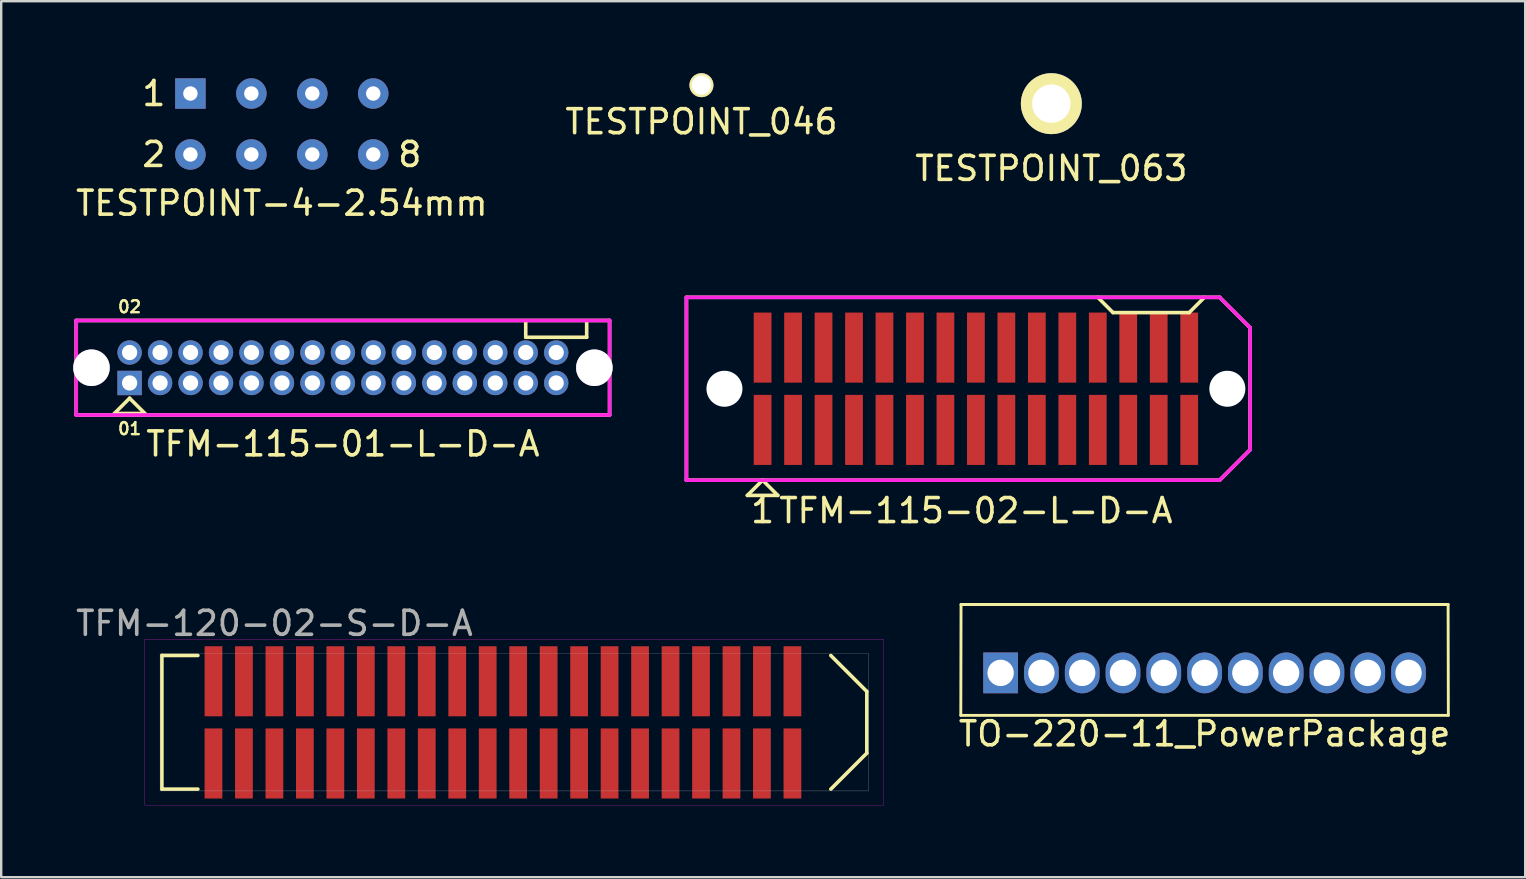
<source format=kicad_pcb>
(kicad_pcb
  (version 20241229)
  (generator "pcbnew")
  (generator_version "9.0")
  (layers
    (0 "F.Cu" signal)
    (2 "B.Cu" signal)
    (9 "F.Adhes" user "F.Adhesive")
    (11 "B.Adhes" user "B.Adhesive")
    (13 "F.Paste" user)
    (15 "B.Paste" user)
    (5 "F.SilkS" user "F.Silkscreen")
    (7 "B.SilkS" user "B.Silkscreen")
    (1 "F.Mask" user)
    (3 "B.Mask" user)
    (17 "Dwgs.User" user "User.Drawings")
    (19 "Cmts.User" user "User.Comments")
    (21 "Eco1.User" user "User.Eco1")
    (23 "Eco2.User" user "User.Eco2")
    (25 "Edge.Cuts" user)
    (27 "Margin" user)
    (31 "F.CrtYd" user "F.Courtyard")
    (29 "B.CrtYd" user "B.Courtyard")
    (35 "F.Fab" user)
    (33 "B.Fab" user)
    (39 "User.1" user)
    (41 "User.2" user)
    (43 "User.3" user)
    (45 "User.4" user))
  (footprint "TESTPOINT_046"
    (layer "F.Cu")
    (at 26.185 0.5)
    (property "Reference" "TESTPOINT_046" (at 0 1.524 0) (layer "F.SilkS") (effects (font (size 1 1) (thickness 0.15))))
    (attr through_hole)
    (pad "1" thru_hole circle (at 0 0) (size 1 1) (drill 0.8) (layers "*.Cu" "*.Mask" "F.SilkS")))
  (footprint "TESTPOINT-4-2.54mm"
    (layer "F.Cu")
    (at 8.696 2.118)
    (property "Reference" "TESTPOINT-4-2.54mm" (at 0 3.302 0) (layer "F.SilkS") (effects (font (size 1 1) (thickness 0.15))))
    (attr through_hole)
    (fp_text user "8" (at 5.334 1.27 0) (layer "F.SilkS") (effects (font (size 1 1) (thickness 0.15))))
    (fp_text user "1" (at -5.334 -1.27 0) (layer "F.SilkS") (effects (font (size 1 1) (thickness 0.15))))
    (fp_text user "2" (at -5.334 1.27 0) (layer "F.SilkS") (effects (font (size 1 1) (thickness 0.15))))
    (pad "1" thru_hole rect (at -3.81 -1.27) (size 1.27 1.27) (drill 0.6) (layers "*.Cu" "*.Mask"))
    (pad "2" thru_hole circle (at -3.81 1.27) (size 1.27 1.27) (drill 0.6) (layers "*.Cu" "*.Mask"))
    (pad "3" thru_hole circle (at -1.27 -1.27) (size 1.27 1.27) (drill 0.6) (layers "*.Cu" "*.Mask"))
    (pad "4" thru_hole circle (at -1.27 1.27) (size 1.27 1.27) (drill 0.6) (layers "*.Cu" "*.Mask"))
    (pad "5" thru_hole circle (at 1.27 -1.27) (size 1.27 1.27) (drill 0.6) (layers "*.Cu" "*.Mask"))
    (pad "6" thru_hole circle (at 1.27 1.27) (size 1.27 1.27) (drill 0.6) (layers "*.Cu" "*.Mask"))
    (pad "7" thru_hole circle (at 3.81 -1.27) (size 1.27 1.27) (drill 0.6) (layers "*.Cu" "*.Mask"))
    (pad "8" thru_hole circle (at 3.81 1.27) (size 1.27 1.27) (drill 0.6) (layers "*.Cu" "*.Mask")))
  (footprint "TFM-120-02-S-D-A"
    (layer "F.Cu")
    (at 8.387 27.055)
    (property "Reference" "TFM-120-02-S-D-A" (at 0 -4.125 0) (layer "F.Fab") (effects (font (size 1 1) (thickness 0.15))))
    (attr through_hole)
    (fp_line (start -4.69 -2.785) (end -4.69 2.785) (stroke (width 0.15) (type solid)) (layer "F.SilkS"))
    (fp_line (start -4.69 2.785) (end -3.19 2.785) (stroke (width 0.15) (type solid)) (layer "F.SilkS"))
    (fp_line (start -3.19 -2.785) (end -4.69 -2.785) (stroke (width 0.15) (type solid)) (layer "F.SilkS"))
    (fp_line (start 23.19 2.785) (end 24.69 1.285) (stroke (width 0.15) (type solid)) (layer "F.SilkS"))
    (fp_line (start 24.69 -1.285) (end 23.19 -2.785) (stroke (width 0.15) (type solid)) (layer "F.SilkS"))
    (fp_line (start 24.69 1.285) (end 24.69 -1.285) (stroke (width 0.15) (type solid)) (layer "F.SilkS"))
    (fp_line (start -5.4 -3.45) (end 25.4 -3.45) (stroke (width 0.01) (type solid)) (layer "F.CrtYd"))
    (fp_line (start -5.4 3.45) (end -5.4 -3.45) (stroke (width 0.01) (type solid)) (layer "F.CrtYd"))
    (fp_line (start 25.4 -3.45) (end 25.4 3.45) (stroke (width 0.01) (type solid)) (layer "F.CrtYd"))
    (fp_line (start 25.4 3.45) (end -5.4 3.45) (stroke (width 0.01) (type solid)) (layer "F.CrtYd"))
    (fp_line (start -4.765 -2.86) (end 24.765 -2.86) (stroke (width 0.01) (type solid)) (layer "F.Fab"))
    (fp_line (start -4.765 2.86) (end -4.765 -2.86) (stroke (width 0.01) (type solid)) (layer "F.Fab"))
    (fp_line (start 24.765 -2.86) (end 24.765 2.86) (stroke (width 0.01) (type solid)) (layer "F.Fab"))
    (fp_line (start 24.765 2.86) (end -4.765 2.86) (stroke (width 0.01) (type solid)) (layer "F.Fab"))
    (pad "1" smd rect (at -2.54 1.715) (size 0.74 2.92) (layers "F.Cu" "F.Mask" "F.Paste"))
    (pad "2" smd rect (at -2.54 -1.71) (size 0.74 2.92) (layers "F.Cu" "F.Mask" "F.Paste"))
    (pad "3" smd rect (at -1.27 1.715) (size 0.74 2.92) (layers "F.Cu" "F.Mask" "F.Paste"))
    (pad "4" smd rect (at -1.27 -1.71) (size 0.74 2.92) (layers "F.Cu" "F.Mask" "F.Paste"))
    (pad "5" smd rect (at 0 1.715) (size 0.74 2.92) (layers "F.Cu" "F.Mask" "F.Paste"))
    (pad "6" smd rect (at 0 -1.71) (size 0.74 2.92) (layers "F.Cu" "F.Mask" "F.Paste"))
    (pad "7" smd rect (at 1.27 1.715) (size 0.74 2.92) (layers "F.Cu" "F.Mask" "F.Paste"))
    (pad "8" smd rect (at 1.27 -1.71) (size 0.74 2.92) (layers "F.Cu" "F.Mask" "F.Paste"))
    (pad "9" smd rect (at 2.54 1.715) (size 0.74 2.92) (layers "F.Cu" "F.Mask" "F.Paste"))
    (pad "10" smd rect (at 2.54 -1.71) (size 0.74 2.92) (layers "F.Cu" "F.Mask" "F.Paste"))
    (pad "11" smd rect (at 3.81 1.715) (size 0.74 2.92) (layers "F.Cu" "F.Mask" "F.Paste"))
    (pad "12" smd rect (at 3.81 -1.71) (size 0.74 2.92) (layers "F.Cu" "F.Mask" "F.Paste"))
    (pad "13" smd rect (at 5.08 1.715) (size 0.74 2.92) (layers "F.Cu" "F.Mask" "F.Paste"))
    (pad "14" smd rect (at 5.08 -1.71) (size 0.74 2.92) (layers "F.Cu" "F.Mask" "F.Paste"))
    (pad "15" smd rect (at 6.35 1.715) (size 0.74 2.92) (layers "F.Cu" "F.Mask" "F.Paste"))
    (pad "16" smd rect (at 6.35 -1.71) (size 0.74 2.92) (layers "F.Cu" "F.Mask" "F.Paste"))
    (pad "17" smd rect (at 7.62 1.715) (size 0.74 2.92) (layers "F.Cu" "F.Mask" "F.Paste"))
    (pad "18" smd rect (at 7.62 -1.71) (size 0.74 2.92) (layers "F.Cu" "F.Mask" "F.Paste"))
    (pad "19" smd rect (at 8.89 1.715) (size 0.74 2.92) (layers "F.Cu" "F.Mask" "F.Paste"))
    (pad "20" smd rect (at 8.89 -1.71) (size 0.74 2.92) (layers "F.Cu" "F.Mask" "F.Paste"))
    (pad "21" smd rect (at 10.16 1.715) (size 0.74 2.92) (layers "F.Cu" "F.Mask" "F.Paste"))
    (pad "22" smd rect (at 10.16 -1.71) (size 0.74 2.92) (layers "F.Cu" "F.Mask" "F.Paste"))
    (pad "23" smd rect (at 11.43 1.715) (size 0.74 2.92) (layers "F.Cu" "F.Mask" "F.Paste"))
    (pad "24" smd rect (at 11.43 -1.71) (size 0.74 2.92) (layers "F.Cu" "F.Mask" "F.Paste"))
    (pad "25" smd rect (at 12.7 1.715) (size 0.74 2.92) (layers "F.Cu" "F.Mask" "F.Paste"))
    (pad "26" smd rect (at 12.7 -1.71) (size 0.74 2.92) (layers "F.Cu" "F.Mask" "F.Paste"))
    (pad "27" smd rect (at 13.97 1.715) (size 0.74 2.92) (layers "F.Cu" "F.Mask" "F.Paste"))
    (pad "28" smd rect (at 13.97 -1.71) (size 0.74 2.92) (layers "F.Cu" "F.Mask" "F.Paste"))
    (pad "29" smd rect (at 15.24 1.715) (size 0.74 2.92) (layers "F.Cu" "F.Mask" "F.Paste"))
    (pad "30" smd rect (at 15.24 -1.71) (size 0.74 2.92) (layers "F.Cu" "F.Mask" "F.Paste"))
    (pad "31" smd rect (at 16.51 1.715) (size 0.74 2.92) (layers "F.Cu" "F.Mask" "F.Paste"))
    (pad "32" smd rect (at 16.51 -1.71) (size 0.74 2.92) (layers "F.Cu" "F.Mask" "F.Paste"))
    (pad "33" smd rect (at 17.78 1.715) (size 0.74 2.92) (layers "F.Cu" "F.Mask" "F.Paste"))
    (pad "34" smd rect (at 17.78 -1.71) (size 0.74 2.92) (layers "F.Cu" "F.Mask" "F.Paste"))
    (pad "35" smd rect (at 19.05 1.715) (size 0.74 2.92) (layers "F.Cu" "F.Mask" "F.Paste"))
    (pad "36" smd rect (at 19.05 -1.71) (size 0.74 2.92) (layers "F.Cu" "F.Mask" "F.Paste"))
    (pad "37" smd rect (at 20.32 1.715) (size 0.74 2.92) (layers "F.Cu" "F.Mask" "F.Paste"))
    (pad "38" smd rect (at 20.32 -1.71) (size 0.74 2.92) (layers "F.Cu" "F.Mask" "F.Paste"))
    (pad "39" smd rect (at 21.59 1.715) (size 0.74 2.92) (layers "F.Cu" "F.Mask" "F.Paste"))
    (pad "40" smd rect (at 21.59 -1.71) (size 0.74 2.92) (layers "F.Cu" "F.Mask" "F.Paste")))
  (footprint "TO-220-11_PowerPackage"
    (layer "F.Cu")
    (at 47.155 24.995)
    (property "Reference" "TO-220-11_PowerPackage" (at 0 2.54 0) (layer "F.SilkS") (effects (font (size 1 1) (thickness 0.15))))
    (attr through_hole)
    (fp_line (start -10.16 1.77) (end -10.15 -2.85) (stroke (width 0.12) (type solid)) (layer "F.SilkS"))
    (fp_line (start -10.15 -2.85) (end 10.15 -2.85) (stroke (width 0.127) (type solid)) (layer "F.SilkS"))
    (fp_line (start 10.15 -2.85) (end 10.16 1.77) (stroke (width 0.12) (type solid)) (layer "F.SilkS"))
    (fp_line (start 10.16 1.77) (end -10.16 1.77) (stroke (width 0.12) (type solid)) (layer "F.SilkS"))
    (pad "1" thru_hole rect (at -8.5 0) (size 1.446 1.7) (drill 1.1) (layers "*.Cu" "*.Mask"))
    (pad "2" thru_hole oval (at -6.8 0) (size 1.446 1.7) (drill 1.1) (layers "*.Cu" "*.Mask"))
    (pad "3" thru_hole oval (at -5.1 0) (size 1.446 1.7) (drill 1.1) (layers "*.Cu" "*.Mask"))
    (pad "4" thru_hole oval (at -3.4 0) (size 1.446 1.7) (drill 1.1) (layers "*.Cu" "*.Mask"))
    (pad "5" thru_hole oval (at -1.7 0) (size 1.446 1.7) (drill 1.1) (layers "*.Cu" "*.Mask"))
    (pad "6" thru_hole oval (at 0 0) (size 1.446 1.7) (drill 1.1) (layers "*.Cu" "*.Mask"))
    (pad "7" thru_hole oval (at 1.7 0) (size 1.446 1.7) (drill 1.1) (layers "*.Cu" "*.Mask"))
    (pad "8" thru_hole oval (at 3.4 0) (size 1.446 1.7) (drill 1.1) (layers "*.Cu" "*.Mask"))
    (pad "9" thru_hole oval (at 5.1 0) (size 1.446 1.7) (drill 1.1) (layers "*.Cu" "*.Mask"))
    (pad "10" thru_hole oval (at 6.8 0) (size 1.446 1.7) (drill 1.1) (layers "*.Cu" "*.Mask"))
    (pad "11" thru_hole oval (at 8.5 0) (size 1.446 1.7) (drill 1.1) (layers "*.Cu" "*.Mask")))
  (footprint "TFM-115-01-L-D-A"
    (layer "F.Cu")
    (at 11.242 12.277)
    (property "Reference" "TFM-115-01-L-D-A" (at 0 3.175 0) (layer "F.SilkS") (effects (font (size 1 1) (thickness 0.15))))
    (attr through_hole)
    (fp_line (start -11.115 -1.97) (end -11.115 1.97) (stroke (width 0.15) (type solid)) (layer "F.SilkS"))
    (fp_line (start -11.115 1.97) (end 11.115 1.97) (stroke (width 0.15) (type solid)) (layer "F.SilkS"))
    (fp_line (start -9.525 1.905) (end -8.89 1.27) (stroke (width 0.15) (type solid)) (layer "F.SilkS"))
    (fp_line (start -8.89 1.27) (end -8.255 1.905) (stroke (width 0.15) (type solid)) (layer "F.SilkS"))
    (fp_line (start -8.255 1.905) (end -9.525 1.905) (stroke (width 0.15) (type solid)) (layer "F.SilkS"))
    (fp_line (start 7.62 -1.905) (end 7.62 -1.27) (stroke (width 0.15) (type solid)) (layer "F.SilkS"))
    (fp_line (start 7.62 -1.27) (end 10.16 -1.27) (stroke (width 0.15) (type solid)) (layer "F.SilkS"))
    (fp_line (start 10.16 -1.27) (end 10.16 -1.905) (stroke (width 0.15) (type solid)) (layer "F.SilkS"))
    (fp_line (start 11.115 -1.97) (end -11.115 -1.97) (stroke (width 0.15) (type solid)) (layer "F.SilkS"))
    (fp_line (start 11.115 1.97) (end 11.115 -1.97) (stroke (width 0.15) (type solid)) (layer "F.SilkS"))
    (fp_line (start -11.115 -1.97) (end -11.115 1.97) (stroke (width 0.15) (type solid)) (layer "F.CrtYd"))
    (fp_line (start -11.115 1.97) (end 11.115 1.97) (stroke (width 0.15) (type solid)) (layer "F.CrtYd"))
    (fp_line (start 11.115 -1.97) (end -11.115 -1.97) (stroke (width 0.15) (type solid)) (layer "F.CrtYd"))
    (fp_line (start 11.115 1.97) (end 11.115 -1.97) (stroke (width 0.15) (type solid)) (layer "F.CrtYd"))
    (fp_text user "02" (at -8.89 -2.54 0) (layer "F.SilkS") (effects (font (size 0.5 0.5) (thickness 0.1))))
    (fp_text user "01" (at -8.89 2.54 0) (layer "F.SilkS") (effects (font (size 0.5 0.5) (thickness 0.1))))
    (pad "" thru_hole circle (at -10.48 0 270) (size 1.524 1.524) (drill 1.524) (layers "*.Cu" "*.Mask"))
    (pad "" thru_hole circle (at 10.48 0 270) (size 1.524 1.524) (drill 1.524) (layers "*.Cu" "*.Mask"))
    (pad "1" thru_hole rect (at -8.89 0.635 270) (size 1.016 1.016) (drill 0.635) (layers "*.Cu" "*.Mask"))
    (pad "2" thru_hole circle (at -8.89 -0.635 270) (size 1.016 1.016) (drill 0.635) (layers "*.Cu" "*.Mask"))
    (pad "3" thru_hole circle (at -7.62 0.635 270) (size 1.016 1.016) (drill 0.635) (layers "*.Cu" "*.Mask"))
    (pad "4" thru_hole circle (at -7.62 -0.635 270) (size 1.016 1.016) (drill 0.635) (layers "*.Cu" "*.Mask"))
    (pad "5" thru_hole circle (at -6.35 0.635 270) (size 1.016 1.016) (drill 0.635) (layers "*.Cu" "*.Mask"))
    (pad "6" thru_hole circle (at -6.35 -0.635 270) (size 1.016 1.016) (drill 0.635) (layers "*.Cu" "*.Mask"))
    (pad "7" thru_hole circle (at -5.08 0.635 270) (size 1.016 1.016) (drill 0.635) (layers "*.Cu" "*.Mask"))
    (pad "8" thru_hole circle (at -5.08 -0.635 270) (size 1.016 1.016) (drill 0.635) (layers "*.Cu" "*.Mask"))
    (pad "9" thru_hole circle (at -3.81 0.635 270) (size 1.016 1.016) (drill 0.635) (layers "*.Cu" "*.Mask"))
    (pad "10" thru_hole circle (at -3.81 -0.635 270) (size 1.016 1.016) (drill 0.635) (layers "*.Cu" "*.Mask"))
    (pad "11" thru_hole circle (at -2.54 0.635 270) (size 1.016 1.016) (drill 0.635) (layers "*.Cu" "*.Mask"))
    (pad "12" thru_hole circle (at -2.54 -0.635 270) (size 1.016 1.016) (drill 0.635) (layers "*.Cu" "*.Mask"))
    (pad "13" thru_hole circle (at -1.27 0.635 270) (size 1.016 1.016) (drill 0.635) (layers "*.Cu" "*.Mask"))
    (pad "14" thru_hole circle (at -1.27 -0.635 270) (size 1.016 1.016) (drill 0.635) (layers "*.Cu" "*.Mask"))
    (pad "15" thru_hole circle (at 0 0.635 270) (size 1.016 1.016) (drill 0.635) (layers "*.Cu" "*.Mask"))
    (pad "16" thru_hole circle (at 0 -0.635 270) (size 1.016 1.016) (drill 0.635) (layers "*.Cu" "*.Mask"))
    (pad "17" thru_hole circle (at 1.27 0.635 270) (size 1.016 1.016) (drill 0.635) (layers "*.Cu" "*.Mask"))
    (pad "18" thru_hole circle (at 1.27 -0.635 270) (size 1.016 1.016) (drill 0.635) (layers "*.Cu" "*.Mask"))
    (pad "19" thru_hole circle (at 2.54 0.635 270) (size 1.016 1.016) (drill 0.635) (layers "*.Cu" "*.Mask"))
    (pad "20" thru_hole circle (at 2.54 -0.635 270) (size 1.016 1.016) (drill 0.635) (layers "*.Cu" "*.Mask"))
    (pad "21" thru_hole circle (at 3.81 0.635 270) (size 1.016 1.016) (drill 0.635) (layers "*.Cu" "*.Mask"))
    (pad "22" thru_hole circle (at 3.81 -0.635 270) (size 1.016 1.016) (drill 0.635) (layers "*.Cu" "*.Mask"))
    (pad "23" thru_hole circle (at 5.08 0.635 270) (size 1.016 1.016) (drill 0.635) (layers "*.Cu" "*.Mask"))
    (pad "24" thru_hole circle (at 5.08 -0.635 270) (size 1.016 1.016) (drill 0.635) (layers "*.Cu" "*.Mask"))
    (pad "25" thru_hole circle (at 6.35 0.635 270) (size 1.016 1.016) (drill 0.635) (layers "*.Cu" "*.Mask"))
    (pad "26" thru_hole circle (at 6.35 -0.635 270) (size 1.016 1.016) (drill 0.635) (layers "*.Cu" "*.Mask"))
    (pad "27" thru_hole circle (at 7.62 0.635 270) (size 1.016 1.016) (drill 0.635) (layers "*.Cu" "*.Mask"))
    (pad "28" thru_hole circle (at 7.62 -0.635 270) (size 1.016 1.016) (drill 0.635) (layers "*.Cu" "*.Mask"))
    (pad "29" thru_hole circle (at 8.89 0.635 270) (size 1.016 1.016) (drill 0.635) (layers "*.Cu" "*.Mask"))
    (pad "30" thru_hole circle (at 8.89 -0.635 270) (size 1.016 1.016) (drill 0.635) (layers "*.Cu" "*.Mask")))
  (footprint "TESTPOINT_063"
    (layer "F.Cu")
    (at 40.768 1.27)
    (property "Reference" "TESTPOINT_063" (at 0 2.7 0) (layer "F.SilkS") (effects (font (size 1 1) (thickness 0.15))))
    (attr through_hole)
    (pad "1" thru_hole circle (at 0 0) (size 2.54 2.54) (drill 1.6) (layers "*.Cu" "*.Mask" "F.SilkS")))
  (footprint "TFM-115-02-L-D-A"
    (layer "F.Cu")
    (at 37.624 13.153)
    (property "Reference" "TFM-115-02-L-D-A" (at 0 5.08 0) (layer "F.SilkS") (effects (font (size 1 1) (thickness 0.15))))
    (attr through_hole)
    (fp_line (start -12.065 -3.81) (end 10.16 -3.81) (stroke (width 0.15) (type solid)) (layer "F.SilkS"))
    (fp_line (start -12.065 3.81) (end -12.065 -3.81) (stroke (width 0.15) (type solid)) (layer "F.SilkS"))
    (fp_line (start -9.525 4.445) (end -8.89 3.81) (stroke (width 0.15) (type solid)) (layer "F.SilkS"))
    (fp_line (start -8.89 3.81) (end -8.255 4.445) (stroke (width 0.15) (type solid)) (layer "F.SilkS"))
    (fp_line (start -8.255 4.445) (end -9.525 4.445) (stroke (width 0.15) (type solid)) (layer "F.SilkS"))
    (fp_line (start 5.08 -3.81) (end 5.715 -3.175) (stroke (width 0.15) (type solid)) (layer "F.SilkS"))
    (fp_line (start 5.715 -3.175) (end 8.89 -3.175) (stroke (width 0.15) (type solid)) (layer "F.SilkS"))
    (fp_line (start 8.89 -3.175) (end 9.525 -3.81) (stroke (width 0.15) (type solid)) (layer "F.SilkS"))
    (fp_line (start 10.16 -3.81) (end 11.43 -2.54) (stroke (width 0.15) (type solid)) (layer "F.SilkS"))
    (fp_line (start 10.16 3.81) (end -12.065 3.81) (stroke (width 0.15) (type solid)) (layer "F.SilkS"))
    (fp_line (start 11.43 -2.54) (end 11.43 2.54) (stroke (width 0.15) (type solid)) (layer "F.SilkS"))
    (fp_line (start 11.43 2.54) (end 10.16 3.81) (stroke (width 0.15) (type solid)) (layer "F.SilkS"))
    (fp_line (start -12.065 -3.81) (end 10.16 -3.81) (stroke (width 0.15) (type solid)) (layer "F.CrtYd"))
    (fp_line (start -12.065 3.81) (end -12.065 -3.81) (stroke (width 0.15) (type solid)) (layer "F.CrtYd"))
    (fp_line (start 10.16 -3.81) (end 11.43 -2.54) (stroke (width 0.15) (type solid)) (layer "F.CrtYd"))
    (fp_line (start 10.16 3.81) (end -12.065 3.81) (stroke (width 0.15) (type solid)) (layer "F.CrtYd"))
    (fp_line (start 11.43 -2.54) (end 11.43 2.54) (stroke (width 0.15) (type solid)) (layer "F.CrtYd"))
    (fp_line (start 11.43 2.54) (end 10.16 3.81) (stroke (width 0.15) (type solid)) (layer "F.CrtYd"))
    (fp_text user "1" (at -8.89 5.08 0) (layer "F.SilkS") (effects (font (size 1 1) (thickness 0.15))))
    (pad "" np_thru_hole circle (at -10.48 0) (size 1.5 1.5) (drill 1.5) (layers "*.Cu" "*.Mask"))
    (pad "" np_thru_hole circle (at 10.48 0) (size 1.5 1.5) (drill 1.5) (layers "*.Cu" "*.Mask"))
    (pad "1" smd rect (at -8.89 1.715) (size 0.74 2.92) (layers "F.Cu" "F.Mask" "F.Paste"))
    (pad "2" smd rect (at -8.89 -1.715) (size 0.74 2.92) (layers "F.Cu" "F.Mask" "F.Paste"))
    (pad "3" smd rect (at -7.62 1.715) (size 0.74 2.92) (layers "F.Cu" "F.Mask" "F.Paste"))
    (pad "4" smd rect (at -7.62 -1.715) (size 0.74 2.92) (layers "F.Cu" "F.Mask" "F.Paste"))
    (pad "5" smd rect (at -6.35 1.715) (size 0.74 2.92) (layers "F.Cu" "F.Mask" "F.Paste"))
    (pad "6" smd rect (at -6.35 -1.715) (size 0.74 2.92) (layers "F.Cu" "F.Mask" "F.Paste"))
    (pad "7" smd rect (at -5.08 1.715) (size 0.74 2.92) (layers "F.Cu" "F.Mask" "F.Paste"))
    (pad "8" smd rect (at -5.08 -1.715) (size 0.74 2.92) (layers "F.Cu" "F.Mask" "F.Paste"))
    (pad "9" smd rect (at -3.81 1.715) (size 0.74 2.92) (layers "F.Cu" "F.Mask" "F.Paste"))
    (pad "10" smd rect (at -3.81 -1.715) (size 0.74 2.92) (layers "F.Cu" "F.Mask" "F.Paste"))
    (pad "11" smd rect (at -2.54 1.715) (size 0.74 2.92) (layers "F.Cu" "F.Mask" "F.Paste"))
    (pad "12" smd rect (at -2.54 -1.715) (size 0.74 2.92) (layers "F.Cu" "F.Mask" "F.Paste"))
    (pad "13" smd rect (at -1.27 1.715) (size 0.74 2.92) (layers "F.Cu" "F.Mask" "F.Paste"))
    (pad "14" smd rect (at -1.27 -1.715) (size 0.74 2.92) (layers "F.Cu" "F.Mask" "F.Paste"))
    (pad "15" smd rect (at 0 1.715) (size 0.74 2.92) (layers "F.Cu" "F.Mask" "F.Paste"))
    (pad "16" smd rect (at 0 -1.715) (size 0.74 2.92) (layers "F.Cu" "F.Mask" "F.Paste"))
    (pad "17" smd rect (at 1.27 1.715) (size 0.74 2.92) (layers "F.Cu" "F.Mask" "F.Paste"))
    (pad "18" smd rect (at 1.27 -1.715) (size 0.74 2.92) (layers "F.Cu" "F.Mask" "F.Paste"))
    (pad "19" smd rect (at 2.54 1.715) (size 0.74 2.92) (layers "F.Cu" "F.Mask" "F.Paste"))
    (pad "20" smd rect (at 2.54 -1.715) (size 0.74 2.92) (layers "F.Cu" "F.Mask" "F.Paste"))
    (pad "21" smd rect (at 3.81 1.715) (size 0.74 2.92) (layers "F.Cu" "F.Mask" "F.Paste"))
    (pad "22" smd rect (at 3.81 -1.715) (size 0.74 2.92) (layers "F.Cu" "F.Mask" "F.Paste"))
    (pad "23" smd rect (at 5.08 1.715) (size 0.74 2.92) (layers "F.Cu" "F.Mask" "F.Paste"))
    (pad "24" smd rect (at 5.08 -1.715) (size 0.74 2.92) (layers "F.Cu" "F.Mask" "F.Paste"))
    (pad "25" smd rect (at 6.35 1.715) (size 0.74 2.92) (layers "F.Cu" "F.Mask" "F.Paste"))
    (pad "26" smd rect (at 6.35 -1.715) (size 0.74 2.92) (layers "F.Cu" "F.Mask" "F.Paste"))
    (pad "27" smd rect (at 7.62 1.715) (size 0.74 2.92) (layers "F.Cu" "F.Mask" "F.Paste"))
    (pad "28" smd rect (at 7.62 -1.715) (size 0.74 2.92) (layers "F.Cu" "F.Mask" "F.Paste"))
    (pad "29" smd rect (at 8.89 1.715) (size 0.74 2.92) (layers "F.Cu" "F.Mask" "F.Paste"))
    (pad "30" smd rect (at 8.89 -1.715) (size 0.74 2.92) (layers "F.Cu" "F.Mask" "F.Paste")))
  (gr_rect
    (start -3 -3)
    (end 60.518 33.51)
    (stroke (width 0.1) (type default))
    (fill no)
    (layer "Edge.Cuts")))
</source>
